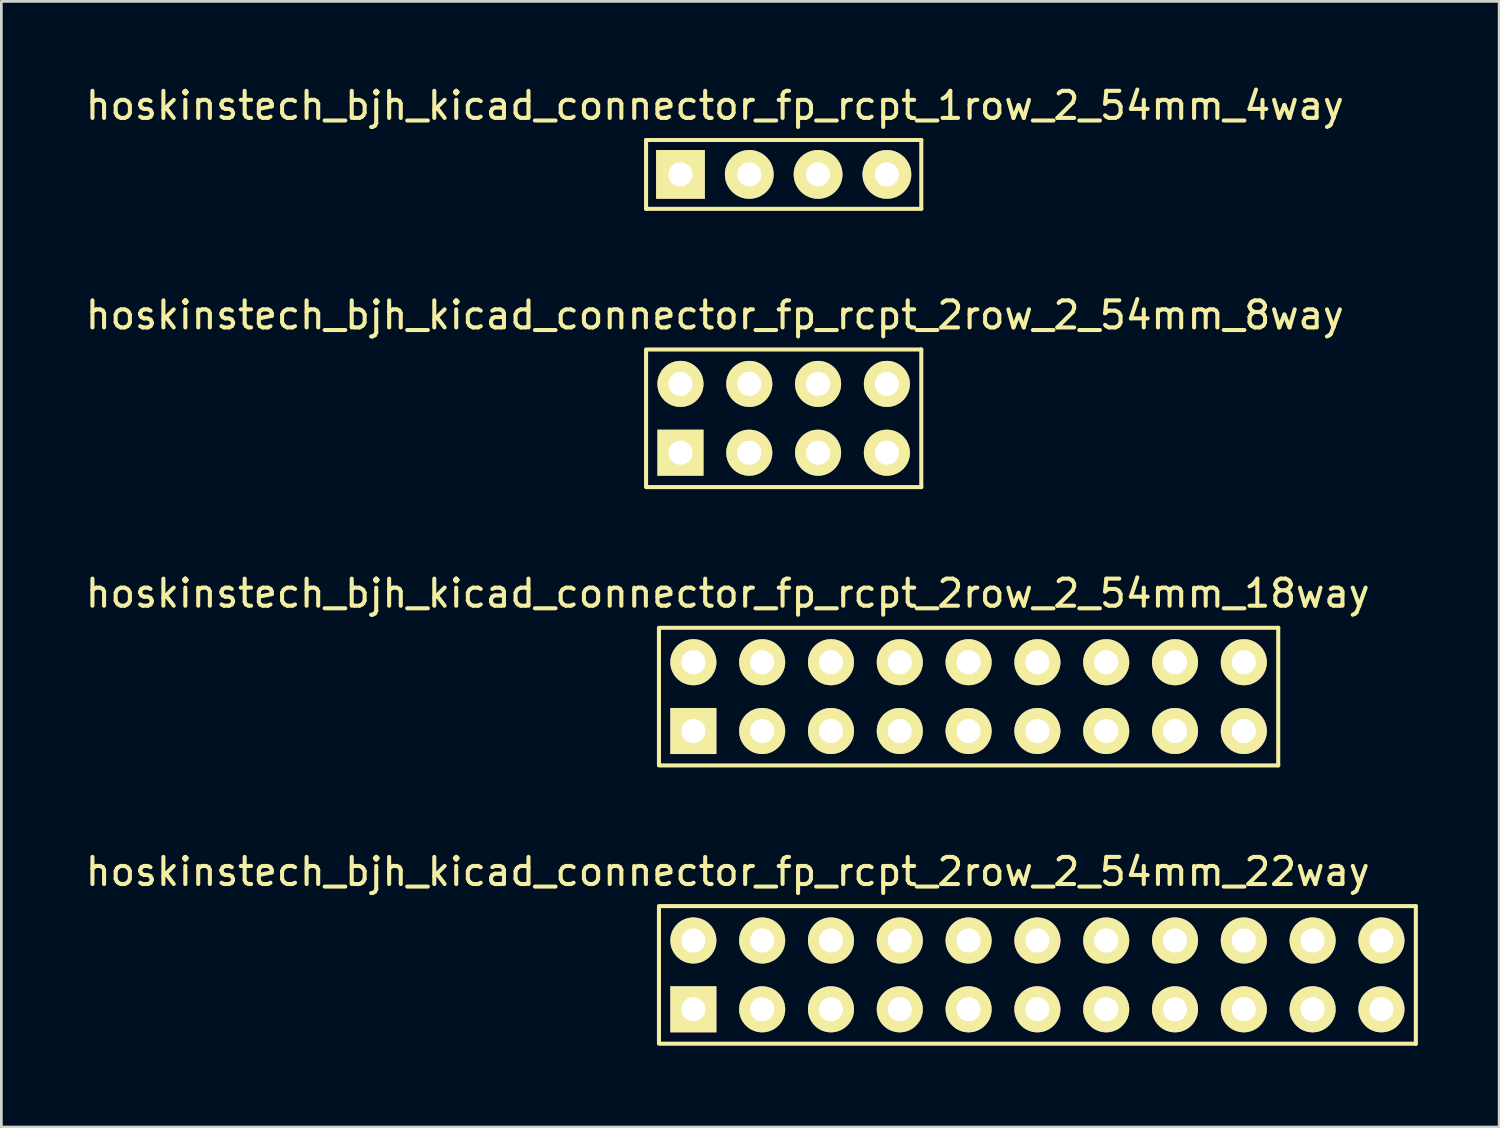
<source format=kicad_pcb>
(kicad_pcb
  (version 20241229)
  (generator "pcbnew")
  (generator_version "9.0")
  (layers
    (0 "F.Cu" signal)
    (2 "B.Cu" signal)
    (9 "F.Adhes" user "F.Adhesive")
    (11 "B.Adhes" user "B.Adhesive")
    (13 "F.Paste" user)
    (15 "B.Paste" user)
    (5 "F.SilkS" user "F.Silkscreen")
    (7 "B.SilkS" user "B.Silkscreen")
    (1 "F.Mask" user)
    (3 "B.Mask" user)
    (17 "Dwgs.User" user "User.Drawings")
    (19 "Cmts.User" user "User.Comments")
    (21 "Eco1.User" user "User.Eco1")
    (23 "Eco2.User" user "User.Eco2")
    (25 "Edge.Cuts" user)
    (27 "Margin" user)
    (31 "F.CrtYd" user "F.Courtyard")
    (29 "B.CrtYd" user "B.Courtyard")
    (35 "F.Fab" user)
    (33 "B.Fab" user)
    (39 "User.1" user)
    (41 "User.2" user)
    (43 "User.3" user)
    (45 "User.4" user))
  (footprint "hoskinstech_bjh_kicad_connector_fp_rcpt_2row_2_54mm_22way"
    (layer "F.Cu")
    (at 22.545 32.938)
    (property "Reference" "hoskinstech_bjh_kicad_connector_fp_rcpt_2row_2_54mm_22way" (at 1.27 -3.81 0) (layer "F.SilkS") (effects (font (size 1 1) (thickness 0.15))))
    (attr through_hole)
    (fp_line (start -1.27 -2.502) (end -1.27 2.502) (stroke (width 0.15) (type solid)) (layer "F.SilkS"))
    (fp_line (start 26.67 -2.54) (end -1.27 -2.54) (stroke (width 0.15) (type solid)) (layer "F.SilkS"))
    (fp_line (start 26.67 -2.54) (end 26.67 2.54) (stroke (width 0.15) (type solid)) (layer "F.SilkS"))
    (fp_line (start 26.67 2.54) (end -1.27 2.54) (stroke (width 0.15) (type solid)) (layer "F.SilkS"))
    (pad "1" thru_hole rect (at 0 1.27) (size 1.7 1.7) (drill 0.89) (layers "*.Cu" "*.Mask" "F.SilkS"))
    (pad "2" thru_hole circle (at 0 -1.27) (size 1.7 1.7) (drill 0.89) (layers "*.Cu" "*.Mask" "F.SilkS"))
    (pad "3" thru_hole circle (at 2.54 1.27) (size 1.7 1.7) (drill 0.89) (layers "*.Cu" "*.Mask" "F.SilkS"))
    (pad "4" thru_hole circle (at 2.54 -1.27) (size 1.7 1.7) (drill 0.89) (layers "*.Cu" "*.Mask" "F.SilkS"))
    (pad "5" thru_hole circle (at 5.08 1.27) (size 1.7 1.7) (drill 0.89) (layers "*.Cu" "*.Mask" "F.SilkS"))
    (pad "6" thru_hole circle (at 5.08 -1.27) (size 1.7 1.7) (drill 0.89) (layers "*.Cu" "*.Mask" "F.SilkS"))
    (pad "7" thru_hole circle (at 7.62 1.27) (size 1.7 1.7) (drill 0.89) (layers "*.Cu" "*.Mask" "F.SilkS"))
    (pad "8" thru_hole circle (at 7.62 -1.27) (size 1.7 1.7) (drill 0.89) (layers "*.Cu" "*.Mask" "F.SilkS"))
    (pad "9" thru_hole circle (at 10.16 1.27) (size 1.7 1.7) (drill 0.89) (layers "*.Cu" "*.Mask" "F.SilkS"))
    (pad "10" thru_hole circle (at 10.16 -1.27) (size 1.7 1.7) (drill 0.89) (layers "*.Cu" "*.Mask" "F.SilkS"))
    (pad "11" thru_hole circle (at 12.7 1.27) (size 1.7 1.7) (drill 0.89) (layers "*.Cu" "*.Mask" "F.SilkS"))
    (pad "12" thru_hole circle (at 12.7 -1.27) (size 1.7 1.7) (drill 0.89) (layers "*.Cu" "*.Mask" "F.SilkS"))
    (pad "13" thru_hole circle (at 15.24 1.27) (size 1.7 1.7) (drill 0.89) (layers "*.Cu" "*.Mask" "F.SilkS"))
    (pad "14" thru_hole circle (at 15.24 -1.27) (size 1.7 1.7) (drill 0.89) (layers "*.Cu" "*.Mask" "F.SilkS"))
    (pad "15" thru_hole circle (at 17.78 1.27) (size 1.7 1.7) (drill 0.89) (layers "*.Cu" "*.Mask" "F.SilkS"))
    (pad "16" thru_hole circle (at 17.78 -1.27) (size 1.7 1.7) (drill 0.89) (layers "*.Cu" "*.Mask" "F.SilkS"))
    (pad "17" thru_hole circle (at 20.32 1.27) (size 1.7 1.7) (drill 0.89) (layers "*.Cu" "*.Mask" "F.SilkS"))
    (pad "18" thru_hole circle (at 20.32 -1.27) (size 1.7 1.7) (drill 0.89) (layers "*.Cu" "*.Mask" "F.SilkS"))
    (pad "19" thru_hole circle (at 22.86 1.27) (size 1.7 1.7) (drill 0.89) (layers "*.Cu" "*.Mask" "F.SilkS"))
    (pad "20" thru_hole circle (at 22.86 -1.27) (size 1.7 1.7) (drill 0.89) (layers "*.Cu" "*.Mask" "F.SilkS"))
    (pad "21" thru_hole circle (at 25.4 1.27) (size 1.7 1.7) (drill 0.89) (layers "*.Cu" "*.Mask" "F.SilkS"))
    (pad "22" thru_hole circle (at 25.4 -1.27) (size 1.7 1.7) (drill 0.89) (layers "*.Cu" "*.Mask" "F.SilkS")))
  (footprint "hoskinstech_bjh_kicad_connector_fp_rcpt_1row_2_54mm_4way"
    (layer "F.Cu")
    (at 22.069 3.388)
    (property "Reference" "hoskinstech_bjh_kicad_connector_fp_rcpt_1row_2_54mm_4way" (at 1.27 -2.54 0) (layer "F.SilkS") (effects (font (size 1 1) (thickness 0.15))))
    (attr through_hole)
    (fp_line (start -1.27 -1.27) (end -1.27 1.27) (stroke (width 0.15) (type solid)) (layer "F.SilkS"))
    (fp_line (start 8.89 -1.27) (end -1.27 -1.27) (stroke (width 0.15) (type solid)) (layer "F.SilkS"))
    (fp_line (start 8.89 -1.27) (end 8.89 1.27) (stroke (width 0.15) (type solid)) (layer "F.SilkS"))
    (fp_line (start 8.89 1.27) (end -1.27 1.27) (stroke (width 0.15) (type solid)) (layer "F.SilkS"))
    (pad "1" thru_hole rect (at 0 0) (size 1.8 1.8) (drill 0.89) (layers "*.Cu" "*.Mask" "F.SilkS"))
    (pad "2" thru_hole circle (at 2.54 0) (size 1.8 1.8) (drill 0.89) (layers "*.Cu" "*.Mask" "F.SilkS"))
    (pad "3" thru_hole circle (at 5.08 0) (size 1.8 1.8) (drill 0.89) (layers "*.Cu" "*.Mask" "F.SilkS"))
    (pad "4" thru_hole circle (at 7.62 0) (size 1.8 1.8) (drill 0.89) (layers "*.Cu" "*.Mask" "F.SilkS")))
  (footprint "hoskinstech_bjh_kicad_connector_fp_rcpt_2row_2_54mm_8way"
    (layer "F.Cu")
    (at 22.069 12.392)
    (property "Reference" "hoskinstech_bjh_kicad_connector_fp_rcpt_2row_2_54mm_8way" (at 1.27 -3.81 0) (layer "F.SilkS") (effects (font (size 1 1) (thickness 0.15))))
    (attr through_hole)
    (fp_line (start -1.27 -2.502) (end -1.27 2.502) (stroke (width 0.15) (type solid)) (layer "F.SilkS"))
    (fp_line (start 8.89 -2.54) (end -1.27 -2.54) (stroke (width 0.15) (type solid)) (layer "F.SilkS"))
    (fp_line (start 8.89 -2.54) (end 8.89 2.54) (stroke (width 0.15) (type solid)) (layer "F.SilkS"))
    (fp_line (start 8.89 2.54) (end -1.27 2.54) (stroke (width 0.15) (type solid)) (layer "F.SilkS"))
    (pad "1" thru_hole rect (at 0 1.27) (size 1.7 1.7) (drill 0.89) (layers "*.Cu" "*.Mask" "F.SilkS"))
    (pad "2" thru_hole circle (at 0 -1.27) (size 1.7 1.7) (drill 0.89) (layers "*.Cu" "*.Mask" "F.SilkS"))
    (pad "3" thru_hole circle (at 2.54 1.27) (size 1.7 1.7) (drill 0.89) (layers "*.Cu" "*.Mask" "F.SilkS"))
    (pad "4" thru_hole circle (at 2.54 -1.27) (size 1.7 1.7) (drill 0.89) (layers "*.Cu" "*.Mask" "F.SilkS"))
    (pad "5" thru_hole circle (at 5.08 1.27) (size 1.7 1.7) (drill 0.89) (layers "*.Cu" "*.Mask" "F.SilkS"))
    (pad "6" thru_hole circle (at 5.08 -1.27) (size 1.7 1.7) (drill 0.89) (layers "*.Cu" "*.Mask" "F.SilkS"))
    (pad "7" thru_hole circle (at 7.62 1.27) (size 1.7 1.7) (drill 0.89) (layers "*.Cu" "*.Mask" "F.SilkS"))
    (pad "8" thru_hole circle (at 7.62 -1.27) (size 1.7 1.7) (drill 0.89) (layers "*.Cu" "*.Mask" "F.SilkS")))
  (footprint "hoskinstech_bjh_kicad_connector_fp_rcpt_2row_2_54mm_18way"
    (layer "F.Cu")
    (at 22.545 22.665)
    (property "Reference" "hoskinstech_bjh_kicad_connector_fp_rcpt_2row_2_54mm_18way" (at 1.27 -3.81 0) (layer "F.SilkS") (effects (font (size 1 1) (thickness 0.15))))
    (attr through_hole)
    (fp_line (start -1.27 -2.502) (end -1.27 2.502) (stroke (width 0.15) (type solid)) (layer "F.SilkS"))
    (fp_line (start 21.59 -2.54) (end -1.27 -2.54) (stroke (width 0.15) (type solid)) (layer "F.SilkS"))
    (fp_line (start 21.59 -2.54) (end 21.59 2.54) (stroke (width 0.15) (type solid)) (layer "F.SilkS"))
    (fp_line (start 21.59 2.54) (end -1.27 2.54) (stroke (width 0.15) (type solid)) (layer "F.SilkS"))
    (pad "1" thru_hole rect (at 0 1.27) (size 1.7 1.7) (drill 0.89) (layers "*.Cu" "*.Mask" "F.SilkS"))
    (pad "2" thru_hole circle (at 0 -1.27) (size 1.7 1.7) (drill 0.89) (layers "*.Cu" "*.Mask" "F.SilkS"))
    (pad "3" thru_hole circle (at 2.54 1.27) (size 1.7 1.7) (drill 0.89) (layers "*.Cu" "*.Mask" "F.SilkS"))
    (pad "4" thru_hole circle (at 2.54 -1.27) (size 1.7 1.7) (drill 0.89) (layers "*.Cu" "*.Mask" "F.SilkS"))
    (pad "5" thru_hole circle (at 5.08 1.27) (size 1.7 1.7) (drill 0.89) (layers "*.Cu" "*.Mask" "F.SilkS"))
    (pad "6" thru_hole circle (at 5.08 -1.27) (size 1.7 1.7) (drill 0.89) (layers "*.Cu" "*.Mask" "F.SilkS"))
    (pad "7" thru_hole circle (at 7.62 1.27) (size 1.7 1.7) (drill 0.89) (layers "*.Cu" "*.Mask" "F.SilkS"))
    (pad "8" thru_hole circle (at 7.62 -1.27) (size 1.7 1.7) (drill 0.89) (layers "*.Cu" "*.Mask" "F.SilkS"))
    (pad "9" thru_hole circle (at 10.16 1.27) (size 1.7 1.7) (drill 0.89) (layers "*.Cu" "*.Mask" "F.SilkS"))
    (pad "10" thru_hole circle (at 10.16 -1.27) (size 1.7 1.7) (drill 0.89) (layers "*.Cu" "*.Mask" "F.SilkS"))
    (pad "11" thru_hole circle (at 12.7 1.27) (size 1.7 1.7) (drill 0.89) (layers "*.Cu" "*.Mask" "F.SilkS"))
    (pad "12" thru_hole circle (at 12.7 -1.27) (size 1.7 1.7) (drill 0.89) (layers "*.Cu" "*.Mask" "F.SilkS"))
    (pad "13" thru_hole circle (at 15.24 1.27) (size 1.7 1.7) (drill 0.89) (layers "*.Cu" "*.Mask" "F.SilkS"))
    (pad "14" thru_hole circle (at 15.24 -1.27) (size 1.7 1.7) (drill 0.89) (layers "*.Cu" "*.Mask" "F.SilkS"))
    (pad "15" thru_hole circle (at 17.78 1.27) (size 1.7 1.7) (drill 0.89) (layers "*.Cu" "*.Mask" "F.SilkS"))
    (pad "16" thru_hole circle (at 17.78 -1.27) (size 1.7 1.7) (drill 0.89) (layers "*.Cu" "*.Mask" "F.SilkS"))
    (pad "17" thru_hole circle (at 20.32 1.27) (size 1.7 1.7) (drill 0.89) (layers "*.Cu" "*.Mask" "F.SilkS"))
    (pad "18" thru_hole circle (at 20.32 -1.27) (size 1.7 1.7) (drill 0.89) (layers "*.Cu" "*.Mask" "F.SilkS")))
  (gr_rect
    (start -3 -3)
    (end 52.29 38.553)
    (stroke (width 0.1) (type default))
    (fill no)
    (layer "Edge.Cuts")))
</source>
